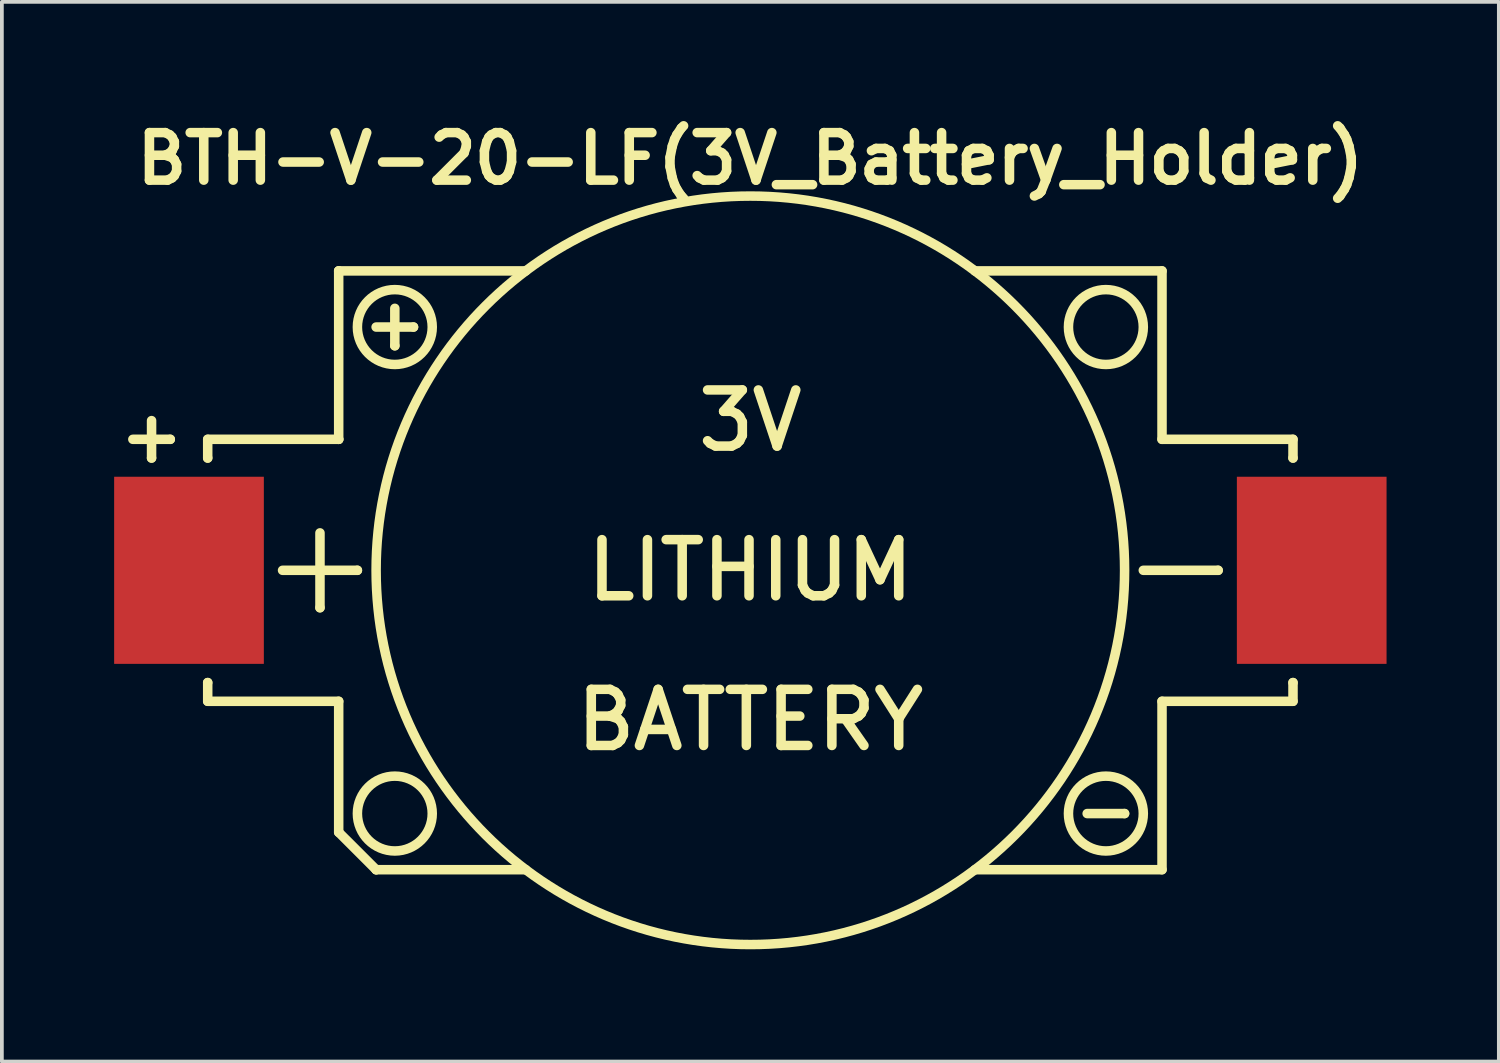
<source format=kicad_pcb>
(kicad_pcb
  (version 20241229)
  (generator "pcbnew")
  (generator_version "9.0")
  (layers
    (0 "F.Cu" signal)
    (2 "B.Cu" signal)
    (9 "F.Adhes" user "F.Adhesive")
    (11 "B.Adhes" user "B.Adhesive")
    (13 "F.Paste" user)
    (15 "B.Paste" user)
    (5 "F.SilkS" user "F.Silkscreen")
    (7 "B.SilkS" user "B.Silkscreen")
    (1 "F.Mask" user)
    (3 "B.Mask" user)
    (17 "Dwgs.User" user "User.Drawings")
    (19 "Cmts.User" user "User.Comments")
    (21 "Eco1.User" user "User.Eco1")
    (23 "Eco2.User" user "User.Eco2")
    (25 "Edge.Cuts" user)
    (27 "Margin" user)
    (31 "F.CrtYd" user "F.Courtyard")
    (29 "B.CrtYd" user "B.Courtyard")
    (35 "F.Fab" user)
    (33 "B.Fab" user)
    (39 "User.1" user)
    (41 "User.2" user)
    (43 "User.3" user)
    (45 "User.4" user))
  (footprint "BTH-V-20-LF(3V_Battery_Holder)"
    (layer "F.Cu")
    (at 17 12.189)
    (property "Reference" "BTH-V-20-LF(3V_Battery_Holder)" (at 0 -11 0) (layer "F.SilkS") (effects (font (size 1.27 1.27) (thickness 0.254))))
    (attr through_hole)
    (fp_line (start -16.5 -3.5) (end -15.5 -3.5) (stroke (width 0.254) (type solid)) (layer "F.SilkS"))
    (fp_line (start -16 -4) (end -16 -3) (stroke (width 0.254) (type solid)) (layer "F.SilkS"))
    (fp_line (start -16 -3) (end -16 -3) (stroke (width 0.254) (type solid)) (layer "F.SilkS"))
    (fp_line (start -15.5 -3.5) (end -15.5 -3.5) (stroke (width 0.254) (type solid)) (layer "F.SilkS"))
    (fp_line (start -14.5 -3.5) (end -14.5 -3) (stroke (width 0.254) (type solid)) (layer "F.SilkS"))
    (fp_line (start -14.5 -3) (end -14.5 -3) (stroke (width 0.254) (type solid)) (layer "F.SilkS"))
    (fp_line (start -14.5 3) (end -14.5 3) (stroke (width 0.254) (type solid)) (layer "F.SilkS"))
    (fp_line (start -14.5 3.5) (end -14.5 3) (stroke (width 0.254) (type solid)) (layer "F.SilkS"))
    (fp_line (start -12.5 0) (end -10.5 0) (stroke (width 0.254) (type solid)) (layer "F.SilkS"))
    (fp_line (start -11.5 -1) (end -11.5 1) (stroke (width 0.254) (type solid)) (layer "F.SilkS"))
    (fp_line (start -11.5 1) (end -11.5 1) (stroke (width 0.254) (type solid)) (layer "F.SilkS"))
    (fp_line (start -11 -8) (end -11 -8) (stroke (width 0.254) (type solid)) (layer "F.SilkS"))
    (fp_line (start -11 -8) (end -11 -3.5) (stroke (width 0.254) (type solid)) (layer "F.SilkS"))
    (fp_line (start -11 -3.5) (end -14.5 -3.5) (stroke (width 0.254) (type solid)) (layer "F.SilkS"))
    (fp_line (start -11 -3.5) (end -11 -3.5) (stroke (width 0.254) (type solid)) (layer "F.SilkS"))
    (fp_line (start -11 3.5) (end -14.5 3.5) (stroke (width 0.254) (type solid)) (layer "F.SilkS"))
    (fp_line (start -11 7) (end -11 3.5) (stroke (width 0.254) (type solid)) (layer "F.SilkS"))
    (fp_line (start -11 7) (end -10 8) (stroke (width 0.254) (type solid)) (layer "F.SilkS"))
    (fp_line (start -10.5 0) (end -10.5 0) (stroke (width 0.254) (type solid)) (layer "F.SilkS"))
    (fp_line (start -10 -6.5) (end -9 -6.5) (stroke (width 0.254) (type solid)) (layer "F.SilkS"))
    (fp_line (start -10 8) (end -10 8) (stroke (width 0.254) (type solid)) (layer "F.SilkS"))
    (fp_line (start -9.5 -7) (end -9.5 -6) (stroke (width 0.254) (type solid)) (layer "F.SilkS"))
    (fp_line (start -9.5 -6) (end -9.5 -6) (stroke (width 0.254) (type solid)) (layer "F.SilkS"))
    (fp_line (start -9 -6.5) (end -9 -6.5) (stroke (width 0.254) (type solid)) (layer "F.SilkS"))
    (fp_line (start -6 -8) (end -11 -8) (stroke (width 0.254) (type solid)) (layer "F.SilkS"))
    (fp_line (start -6 8) (end -10 8) (stroke (width 0.254) (type solid)) (layer "F.SilkS"))
    (fp_line (start 9 6.5) (end 10 6.5) (stroke (width 0.254) (type solid)) (layer "F.SilkS"))
    (fp_line (start 10 6.5) (end 10 6.5) (stroke (width 0.254) (type solid)) (layer "F.SilkS"))
    (fp_line (start 10.5 0) (end 12.5 0) (stroke (width 0.254) (type solid)) (layer "F.SilkS"))
    (fp_line (start 11 -8) (end 6 -8) (stroke (width 0.254) (type solid)) (layer "F.SilkS"))
    (fp_line (start 11 -8) (end 11 -3.5) (stroke (width 0.254) (type solid)) (layer "F.SilkS"))
    (fp_line (start 11 -3.5) (end 14.5 -3.5) (stroke (width 0.254) (type solid)) (layer "F.SilkS"))
    (fp_line (start 11 3.5) (end 14.5 3.5) (stroke (width 0.254) (type solid)) (layer "F.SilkS"))
    (fp_line (start 11 8) (end 6 8) (stroke (width 0.254) (type solid)) (layer "F.SilkS"))
    (fp_line (start 11 8) (end 11 3.5) (stroke (width 0.254) (type solid)) (layer "F.SilkS"))
    (fp_line (start 12.5 0) (end 12.5 0) (stroke (width 0.254) (type solid)) (layer "F.SilkS"))
    (fp_line (start 14.5 -3.5) (end 14.5 -3) (stroke (width 0.254) (type solid)) (layer "F.SilkS"))
    (fp_line (start 14.5 -3) (end 14.5 -3) (stroke (width 0.254) (type solid)) (layer "F.SilkS"))
    (fp_line (start 14.5 3) (end 14.5 3) (stroke (width 0.254) (type solid)) (layer "F.SilkS"))
    (fp_line (start 14.5 3.5) (end 14.5 3) (stroke (width 0.254) (type solid)) (layer "F.SilkS"))
    (fp_circle (center -9.5 -6.5) (end -10.5 -6.5) (stroke (width 0.254) (type solid)) (fill no) (layer "F.SilkS"))
    (fp_circle (center -9.5 6.5) (end -10.5 6.5) (stroke (width 0.254) (type solid)) (fill no) (layer "F.SilkS"))
    (fp_circle (center 0 0) (end -10 0) (stroke (width 0.254) (type solid)) (fill no) (layer "F.SilkS"))
    (fp_circle (center 9.5 -6.5) (end 8.5 -6.5) (stroke (width 0.254) (type solid)) (fill no) (layer "F.SilkS"))
    (fp_circle (center 9.5 6.5) (end 8.5 6.5) (stroke (width 0.254) (type solid)) (fill no) (layer "F.SilkS"))
    (fp_text user "3V" (at 0 -4 0) (layer "F.SilkS") (effects (font (size 1.5 1.5) (thickness 0.254))))
    (fp_text user "LITHIUM" (at 0 0 0) (layer "F.SilkS") (effects (font (size 1.5 1.5) (thickness 0.254))))
    (fp_text user "BATTERY" (at 0 4 0) (layer "F.SilkS") (effects (font (size 1.5 1.5) (thickness 0.254))))
    (pad "1" smd rect (at -15 0) (size 4 5) (layers "F.Cu" "F.Mask" "F.Paste"))
    (pad "2" smd rect (at 15 0) (size 4 5) (layers "F.Cu" "F.Mask" "F.Paste")))
  (gr_rect
    (start -3 -3)
    (end 37 25.316)
    (stroke (width 0.1) (type default))
    (fill no)
    (layer "Edge.Cuts")))
</source>
